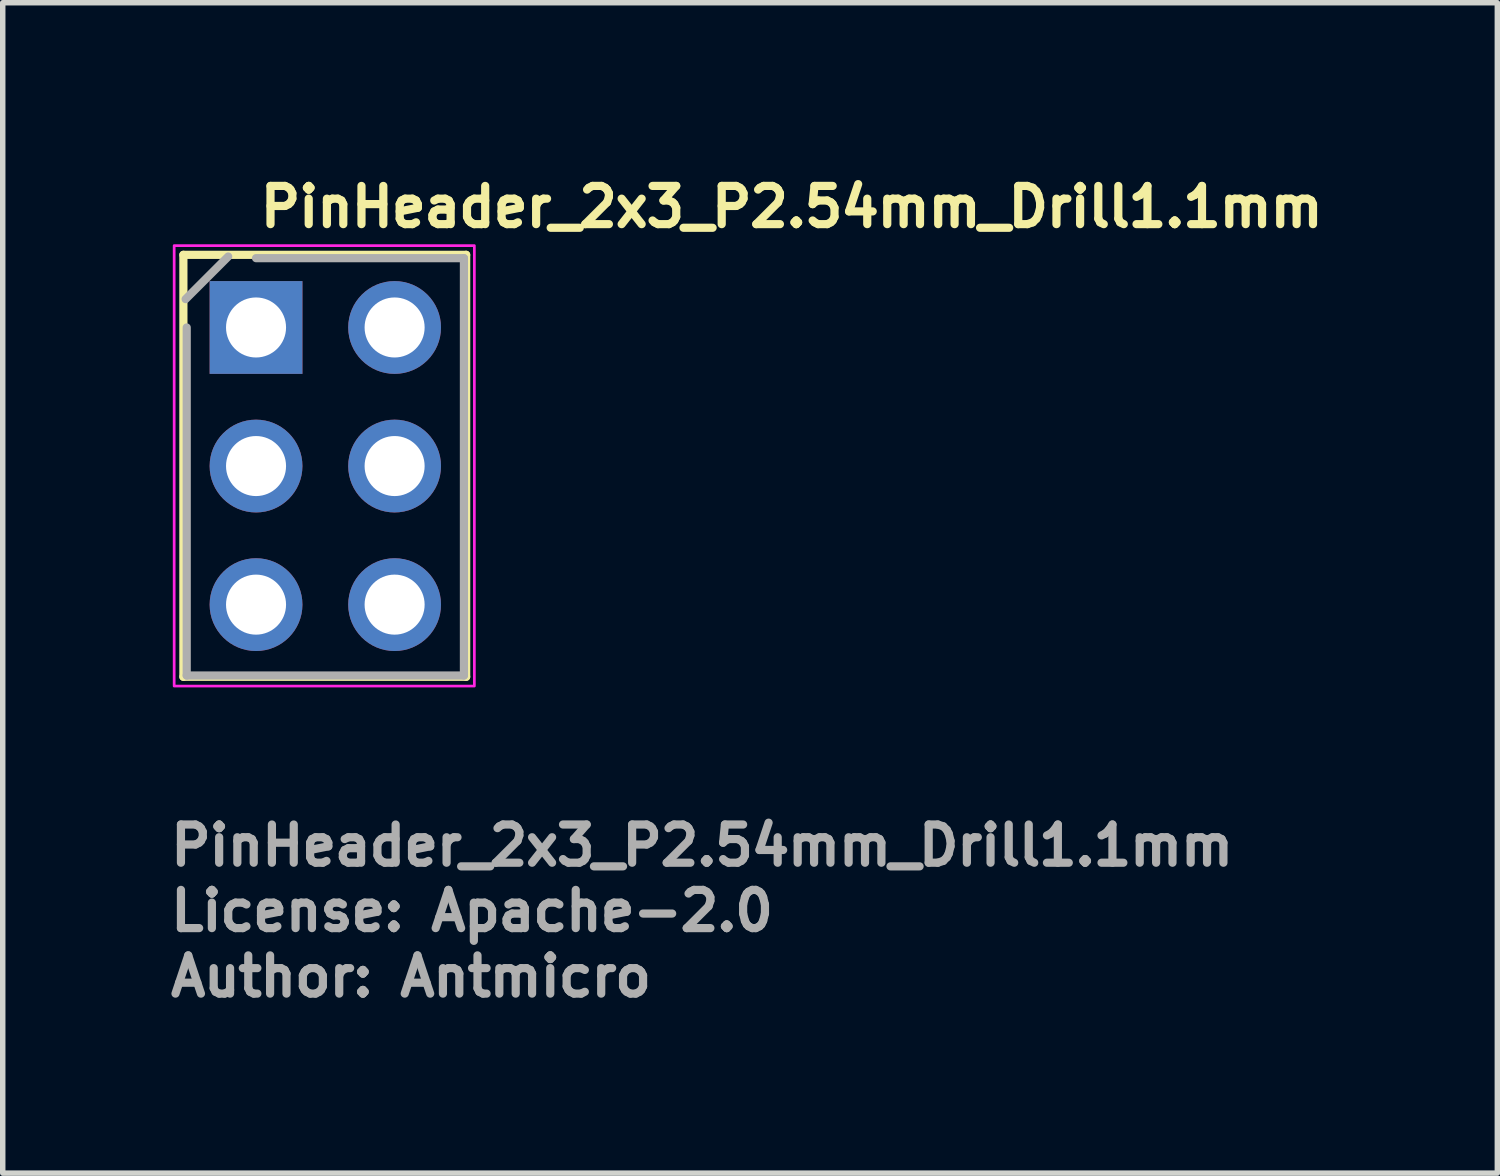
<source format=kicad_pcb>
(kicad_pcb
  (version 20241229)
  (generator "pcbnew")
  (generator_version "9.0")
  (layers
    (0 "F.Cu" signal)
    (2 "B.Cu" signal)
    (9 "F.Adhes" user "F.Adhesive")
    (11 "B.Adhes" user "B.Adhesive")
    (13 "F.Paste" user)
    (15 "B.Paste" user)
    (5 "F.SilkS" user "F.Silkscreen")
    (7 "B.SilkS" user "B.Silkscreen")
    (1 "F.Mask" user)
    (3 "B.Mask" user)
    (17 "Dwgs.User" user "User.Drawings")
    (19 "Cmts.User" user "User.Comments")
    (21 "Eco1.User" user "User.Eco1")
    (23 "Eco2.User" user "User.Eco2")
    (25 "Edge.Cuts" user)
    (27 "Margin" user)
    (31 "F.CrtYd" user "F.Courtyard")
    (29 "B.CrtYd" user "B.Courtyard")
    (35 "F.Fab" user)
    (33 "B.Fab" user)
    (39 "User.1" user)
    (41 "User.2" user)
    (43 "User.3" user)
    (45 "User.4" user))
  (footprint "PinHeader_2x3_P2.54mm_Drill1.1mm"
    (layer "F.Cu")
    (at 1.641 2.95)
    (property "Reference" "PinHeader_2x3_P2.54mm_Drill1.1mm" (at 0 -1.8 0) (layer "F.SilkS") (effects (font (size 0.7 0.7) (thickness 0.15)) (justify left bottom)))
    (attr through_hole)
    (fp_line (start -1.331 -1.331) (end -1.331 6.4) (stroke (width 0.15) (type solid)) (layer "F.SilkS"))
    (fp_line (start -1.331 -1.331) (end 3.85 -1.331) (stroke (width 0.15) (type solid)) (layer "F.SilkS"))
    (fp_line (start -1.331 6.4) (end 3.85 6.4) (stroke (width 0.15) (type solid)) (layer "F.SilkS"))
    (fp_line (start 3.85 -1.331) (end 3.85 6.4) (stroke (width 0.15) (type solid)) (layer "F.SilkS"))
    (fp_rect (start -1.5 -1.5) (end 4 6.57) (stroke (width 0.05) (type solid)) (fill no) (layer "F.CrtYd"))
    (fp_line (start -1.29 -0.52) (end -0.51 -1.3) (stroke (width 0.15) (type solid)) (layer "F.Fab"))
    (fp_line (start -1.27 6.376) (end -1.27 0) (stroke (width 0.15) (type solid)) (layer "F.Fab"))
    (fp_line (start 0 -1.27) (end 3.809 -1.27) (stroke (width 0.15) (type solid)) (layer "F.Fab"))
    (fp_line (start 3.809 -1.27) (end 3.809 6.376) (stroke (width 0.15) (type solid)) (layer "F.Fab"))
    (fp_line (start 3.809 6.376) (end -1.27 6.376) (stroke (width 0.15) (type solid)) (layer "F.Fab"))
    (fp_rect (start -1.281 -1.28) (end 3.797 6.339) (stroke (width 0.1) (type solid)) (fill no) (layer "User.5"))
    (fp_line (start -1.281 -1.031) (end -1.281 1.009) (stroke (width 0.02) (type solid)) (layer "User.9"))
    (fp_line (start -1.281 -1.031) (end -0.782 -1.28) (stroke (width 0.02) (type solid)) (layer "User.9"))
    (fp_line (start -1.281 1.509) (end -1.281 3.547) (stroke (width 0.02) (type solid)) (layer "User.9"))
    (fp_line (start -1.281 1.509) (end -0.782 1.259) (stroke (width 0.02) (type solid)) (layer "User.9"))
    (fp_line (start -1.281 4.049) (end -1.281 6.089) (stroke (width 0.02) (type solid)) (layer "User.9"))
    (fp_line (start -1.281 4.049) (end -0.782 3.797) (stroke (width 0.02) (type solid)) (layer "User.9"))
    (fp_line (start -0.782 1.259) (end -1.281 1.009) (stroke (width 0.02) (type solid)) (layer "User.9"))
    (fp_line (start -0.782 3.797) (end -1.281 3.547) (stroke (width 0.02) (type solid)) (layer "User.9"))
    (fp_line (start -0.782 6.339) (end -1.281 6.089) (stroke (width 0.02) (type solid)) (layer "User.9"))
    (fp_line (start -0.332 -0.333) (end 0.307 -0.333) (stroke (width 0.02) (type solid)) (layer "User.9"))
    (fp_line (start -0.332 0.308) (end -0.332 -0.333) (stroke (width 0.02) (type solid)) (layer "User.9"))
    (fp_line (start -0.332 0.308) (end -0.133 0.108) (stroke (width 0.02) (type solid)) (layer "User.9"))
    (fp_line (start -0.332 2.209) (end 0.307 2.209) (stroke (width 0.02) (type solid)) (layer "User.9"))
    (fp_line (start -0.332 2.849) (end -0.332 2.209) (stroke (width 0.02) (type solid)) (layer "User.9"))
    (fp_line (start -0.332 2.849) (end -0.133 2.648) (stroke (width 0.02) (type solid)) (layer "User.9"))
    (fp_line (start -0.332 4.748) (end 0.307 4.748) (stroke (width 0.02) (type solid)) (layer "User.9"))
    (fp_line (start -0.332 5.389) (end -0.332 4.748) (stroke (width 0.02) (type solid)) (layer "User.9"))
    (fp_line (start -0.332 5.389) (end -0.133 5.19) (stroke (width 0.02) (type solid)) (layer "User.9"))
    (fp_line (start -0.133 -0.133) (end -0.332 -0.333) (stroke (width 0.02) (type solid)) (layer "User.9"))
    (fp_line (start -0.133 -0.133) (end -0.133 0.108) (stroke (width 0.02) (type solid)) (layer "User.9"))
    (fp_line (start -0.133 0.108) (end 0.107 0.108) (stroke (width 0.02) (type solid)) (layer "User.9"))
    (fp_line (start -0.133 2.407) (end -0.332 2.209) (stroke (width 0.02) (type solid)) (layer "User.9"))
    (fp_line (start -0.133 2.407) (end -0.133 2.648) (stroke (width 0.02) (type solid)) (layer "User.9"))
    (fp_line (start -0.133 2.648) (end 0.107 2.648) (stroke (width 0.02) (type solid)) (layer "User.9"))
    (fp_line (start -0.133 4.95) (end -0.332 4.748) (stroke (width 0.02) (type solid)) (layer "User.9"))
    (fp_line (start -0.133 4.95) (end -0.133 5.19) (stroke (width 0.02) (type solid)) (layer "User.9"))
    (fp_line (start -0.133 5.19) (end 0.107 5.19) (stroke (width 0.02) (type solid)) (layer "User.9"))
    (fp_line (start 0.107 -0.133) (end -0.133 -0.133) (stroke (width 0.02) (type solid)) (layer "User.9"))
    (fp_line (start 0.107 -0.133) (end 0.307 -0.333) (stroke (width 0.02) (type solid)) (layer "User.9"))
    (fp_line (start 0.107 0.108) (end 0.107 -0.133) (stroke (width 0.02) (type solid)) (layer "User.9"))
    (fp_line (start 0.107 0.108) (end 0.307 0.308) (stroke (width 0.02) (type solid)) (layer "User.9"))
    (fp_line (start 0.107 2.407) (end -0.133 2.407) (stroke (width 0.02) (type solid)) (layer "User.9"))
    (fp_line (start 0.107 2.407) (end 0.307 2.209) (stroke (width 0.02) (type solid)) (layer "User.9"))
    (fp_line (start 0.107 2.648) (end 0.107 2.407) (stroke (width 0.02) (type solid)) (layer "User.9"))
    (fp_line (start 0.107 2.648) (end 0.307 2.849) (stroke (width 0.02) (type solid)) (layer "User.9"))
    (fp_line (start 0.107 4.95) (end -0.133 4.95) (stroke (width 0.02) (type solid)) (layer "User.9"))
    (fp_line (start 0.107 4.95) (end 0.307 4.748) (stroke (width 0.02) (type solid)) (layer "User.9"))
    (fp_line (start 0.107 5.19) (end 0.107 4.95) (stroke (width 0.02) (type solid)) (layer "User.9"))
    (fp_line (start 0.107 5.19) (end 0.307 5.389) (stroke (width 0.02) (type solid)) (layer "User.9"))
    (fp_line (start 0.307 -0.333) (end 0.307 0.308) (stroke (width 0.02) (type solid)) (layer "User.9"))
    (fp_line (start 0.307 0.308) (end -0.332 0.308) (stroke (width 0.02) (type solid)) (layer "User.9"))
    (fp_line (start 0.307 2.209) (end 0.307 2.849) (stroke (width 0.02) (type solid)) (layer "User.9"))
    (fp_line (start 0.307 2.849) (end -0.332 2.849) (stroke (width 0.02) (type solid)) (layer "User.9"))
    (fp_line (start 0.307 4.748) (end 0.307 5.389) (stroke (width 0.02) (type solid)) (layer "User.9"))
    (fp_line (start 0.307 5.389) (end -0.332 5.389) (stroke (width 0.02) (type solid)) (layer "User.9"))
    (fp_line (start 2.209 -0.333) (end 2.85 -0.333) (stroke (width 0.02) (type solid)) (layer "User.9"))
    (fp_line (start 2.209 0.308) (end 2.209 -0.333) (stroke (width 0.02) (type solid)) (layer "User.9"))
    (fp_line (start 2.209 0.308) (end 2.407 0.108) (stroke (width 0.02) (type solid)) (layer "User.9"))
    (fp_line (start 2.209 2.209) (end 2.85 2.209) (stroke (width 0.02) (type solid)) (layer "User.9"))
    (fp_line (start 2.209 2.849) (end 2.209 2.209) (stroke (width 0.02) (type solid)) (layer "User.9"))
    (fp_line (start 2.209 2.849) (end 2.407 2.648) (stroke (width 0.02) (type solid)) (layer "User.9"))
    (fp_line (start 2.209 4.748) (end 2.85 4.748) (stroke (width 0.02) (type solid)) (layer "User.9"))
    (fp_line (start 2.209 5.389) (end 2.209 4.748) (stroke (width 0.02) (type solid)) (layer "User.9"))
    (fp_line (start 2.209 5.389) (end 2.407 5.19) (stroke (width 0.02) (type solid)) (layer "User.9"))
    (fp_line (start 2.407 -0.133) (end 2.209 -0.333) (stroke (width 0.02) (type solid)) (layer "User.9"))
    (fp_line (start 2.407 -0.133) (end 2.407 0.108) (stroke (width 0.02) (type solid)) (layer "User.9"))
    (fp_line (start 2.407 0.108) (end 2.648 0.108) (stroke (width 0.02) (type solid)) (layer "User.9"))
    (fp_line (start 2.407 2.407) (end 2.209 2.209) (stroke (width 0.02) (type solid)) (layer "User.9"))
    (fp_line (start 2.407 2.407) (end 2.407 2.648) (stroke (width 0.02) (type solid)) (layer "User.9"))
    (fp_line (start 2.407 2.648) (end 2.648 2.648) (stroke (width 0.02) (type solid)) (layer "User.9"))
    (fp_line (start 2.407 4.95) (end 2.209 4.748) (stroke (width 0.02) (type solid)) (layer "User.9"))
    (fp_line (start 2.407 4.95) (end 2.407 5.19) (stroke (width 0.02) (type solid)) (layer "User.9"))
    (fp_line (start 2.407 5.19) (end 2.648 5.19) (stroke (width 0.02) (type solid)) (layer "User.9"))
    (fp_line (start 2.648 -0.133) (end 2.407 -0.133) (stroke (width 0.02) (type solid)) (layer "User.9"))
    (fp_line (start 2.648 -0.133) (end 2.85 -0.333) (stroke (width 0.02) (type solid)) (layer "User.9"))
    (fp_line (start 2.648 0.108) (end 2.648 -0.133) (stroke (width 0.02) (type solid)) (layer "User.9"))
    (fp_line (start 2.648 0.108) (end 2.85 0.308) (stroke (width 0.02) (type solid)) (layer "User.9"))
    (fp_line (start 2.648 2.407) (end 2.407 2.407) (stroke (width 0.02) (type solid)) (layer "User.9"))
    (fp_line (start 2.648 2.407) (end 2.85 2.209) (stroke (width 0.02) (type solid)) (layer "User.9"))
    (fp_line (start 2.648 2.648) (end 2.648 2.407) (stroke (width 0.02) (type solid)) (layer "User.9"))
    (fp_line (start 2.648 2.648) (end 2.85 2.849) (stroke (width 0.02) (type solid)) (layer "User.9"))
    (fp_line (start 2.648 4.95) (end 2.407 4.95) (stroke (width 0.02) (type solid)) (layer "User.9"))
    (fp_line (start 2.648 4.95) (end 2.85 4.748) (stroke (width 0.02) (type solid)) (layer "User.9"))
    (fp_line (start 2.648 5.19) (end 2.648 4.95) (stroke (width 0.02) (type solid)) (layer "User.9"))
    (fp_line (start 2.648 5.19) (end 2.85 5.389) (stroke (width 0.02) (type solid)) (layer "User.9"))
    (fp_line (start 2.85 -0.333) (end 2.85 0.308) (stroke (width 0.02) (type solid)) (layer "User.9"))
    (fp_line (start 2.85 0.308) (end 2.209 0.308) (stroke (width 0.02) (type solid)) (layer "User.9"))
    (fp_line (start 2.85 2.209) (end 2.85 2.849) (stroke (width 0.02) (type solid)) (layer "User.9"))
    (fp_line (start 2.85 2.849) (end 2.209 2.849) (stroke (width 0.02) (type solid)) (layer "User.9"))
    (fp_line (start 2.85 4.748) (end 2.85 5.389) (stroke (width 0.02) (type solid)) (layer "User.9"))
    (fp_line (start 2.85 5.389) (end 2.209 5.389) (stroke (width 0.02) (type solid)) (layer "User.9"))
    (fp_line (start 3.297 -1.28) (end -0.782 -1.28) (stroke (width 0.02) (type solid)) (layer "User.9"))
    (fp_line (start 3.297 1.259) (end 3.797 1.009) (stroke (width 0.02) (type solid)) (layer "User.9"))
    (fp_line (start 3.297 3.797) (end 3.797 3.547) (stroke (width 0.02) (type solid)) (layer "User.9"))
    (fp_line (start 3.297 6.339) (end -0.782 6.339) (stroke (width 0.02) (type solid)) (layer "User.9"))
    (fp_line (start 3.297 6.339) (end 3.797 6.089) (stroke (width 0.02) (type solid)) (layer "User.9"))
    (fp_line (start 3.797 -1.031) (end 3.297 -1.28) (stroke (width 0.02) (type solid)) (layer "User.9"))
    (fp_line (start 3.797 -1.031) (end 3.797 1.009) (stroke (width 0.02) (type solid)) (layer "User.9"))
    (fp_line (start 3.797 1.509) (end 3.297 1.259) (stroke (width 0.02) (type solid)) (layer "User.9"))
    (fp_line (start 3.797 1.509) (end 3.797 3.547) (stroke (width 0.02) (type solid)) (layer "User.9"))
    (fp_line (start 3.797 4.049) (end 3.297 3.797) (stroke (width 0.02) (type solid)) (layer "User.9"))
    (fp_line (start 3.797 4.049) (end 3.797 6.089) (stroke (width 0.02) (type solid)) (layer "User.9"))
    (fp_text user "${REFERENCE}" (at -1.641 9.9 0) (layer "F.Fab") (effects (font (size 0.7 0.7) (thickness 0.15)) (justify left bottom)))
    (fp_text user "License: Apache-2.0" (at -1.641 11.098 0) (layer "F.Fab") (effects (font (size 0.7 0.7) (thickness 0.15)) (justify left bottom)))
    (fp_text user "Author: Antmicro" (at -1.641 12.298 0) (layer "F.Fab") (effects (font (size 0.7 0.7) (thickness 0.15)) (justify left bottom)))
    (pad "1" thru_hole rect (at 0 0) (size 1.7 1.7) (drill 1.1) (layers "*.Cu" "*.Mask"))
    (pad "2" thru_hole oval (at 2.539 0) (size 1.7 1.7) (drill 1.1) (layers "*.Cu" "*.Mask"))
    (pad "3" thru_hole oval (at 0 2.539) (size 1.7 1.7) (drill 1.1) (layers "*.Cu" "*.Mask"))
    (pad "4" thru_hole oval (at 2.539 2.539) (size 1.7 1.7) (drill 1.1) (layers "*.Cu" "*.Mask"))
    (pad "5" thru_hole oval (at 0 5.078) (size 1.7 1.7) (drill 1.1) (layers "*.Cu" "*.Mask"))
    (pad "6" thru_hole oval (at 2.539 5.078) (size 1.7 1.7) (drill 1.1) (layers "*.Cu" "*.Mask")))
  (gr_rect
    (start -3 -3)
    (end 24.384 18.444)
    (stroke (width 0.1) (type default))
    (fill no)
    (layer "Edge.Cuts")))
</source>
